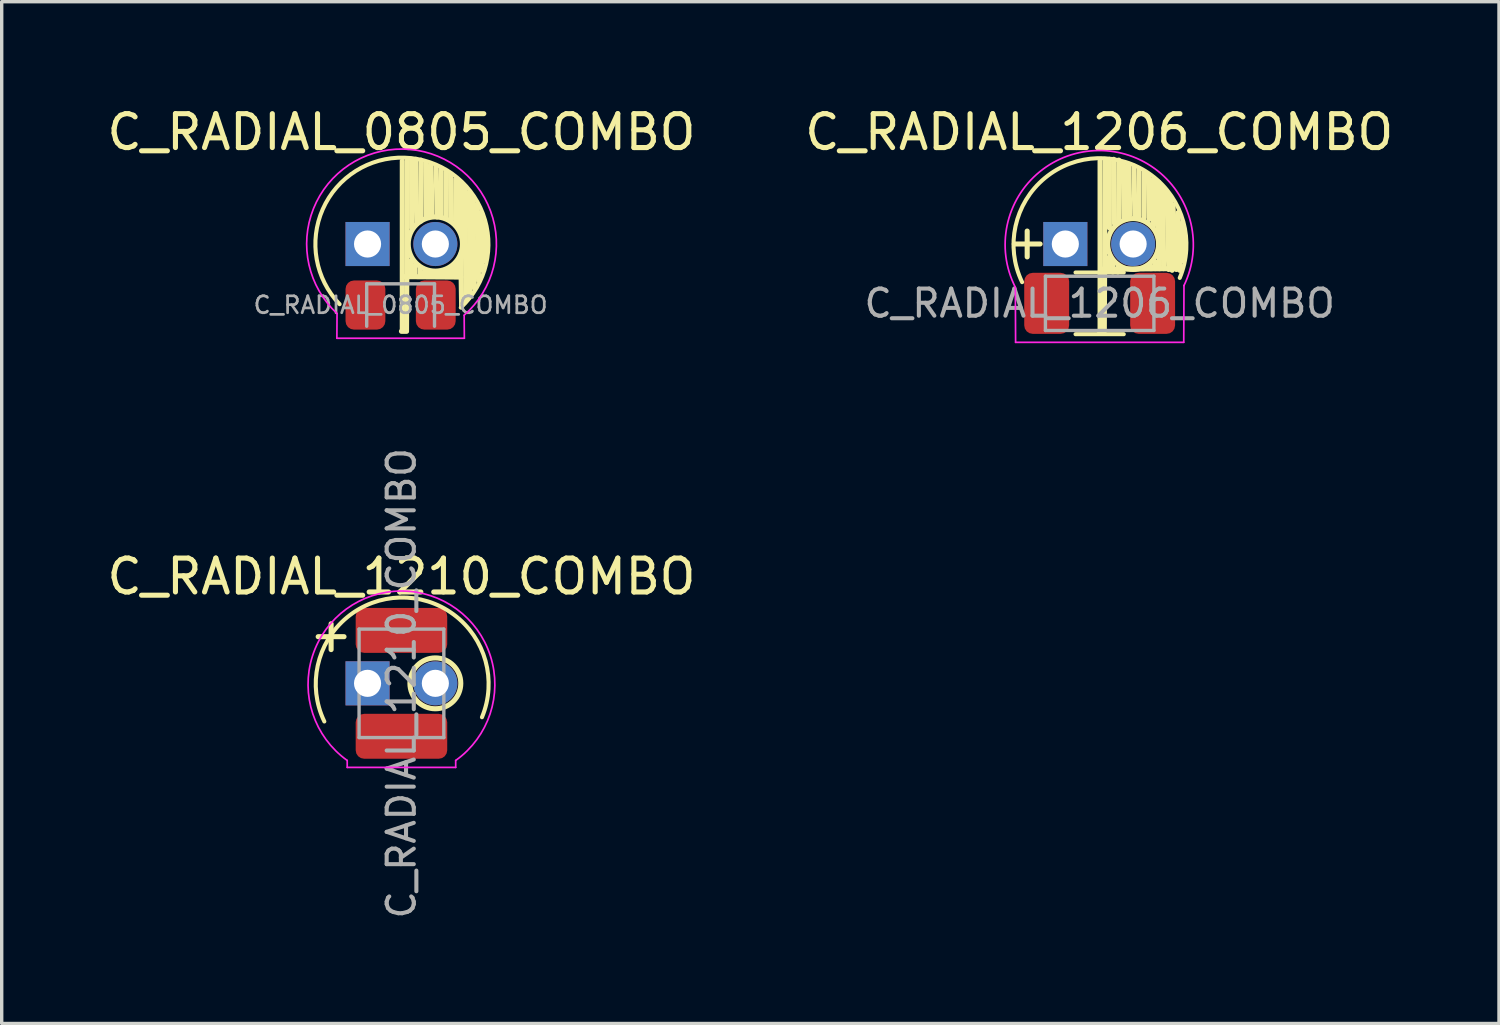
<source format=kicad_pcb>
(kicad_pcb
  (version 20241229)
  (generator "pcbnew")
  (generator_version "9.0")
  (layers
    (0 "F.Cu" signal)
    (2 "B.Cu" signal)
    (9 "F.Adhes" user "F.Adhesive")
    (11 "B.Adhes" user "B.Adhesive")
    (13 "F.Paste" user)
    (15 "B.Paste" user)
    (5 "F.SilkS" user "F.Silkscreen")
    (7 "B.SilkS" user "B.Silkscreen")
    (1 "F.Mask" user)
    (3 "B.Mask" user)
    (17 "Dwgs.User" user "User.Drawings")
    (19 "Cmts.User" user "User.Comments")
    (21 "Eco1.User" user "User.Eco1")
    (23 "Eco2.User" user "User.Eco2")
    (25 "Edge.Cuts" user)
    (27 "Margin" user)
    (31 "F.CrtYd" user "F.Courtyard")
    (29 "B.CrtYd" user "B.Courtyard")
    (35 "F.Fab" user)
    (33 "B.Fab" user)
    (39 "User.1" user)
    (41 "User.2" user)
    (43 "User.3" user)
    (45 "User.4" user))
  (footprint "C_RADIAL_1206_COMBO"
    (layer "F.Cu")
    (at 29.375 4.148)
    (property "Reference" "C_RADIAL_1206_COMBO" (at 0 -3.3 0) (layer "F.SilkS") (effects (font (size 1 1) (thickness 0.15))))
    (attr through_hole)
    (fp_line (start -0.699 0.84) (end 0.724 0.84) (stroke (width 0.12) (type solid)) (layer "F.SilkS"))
    (fp_line (start -0.699 2.66) (end 0.724 2.66) (stroke (width 0.12) (type solid)) (layer "F.SilkS"))
    (fp_line (start 0 2.575) (end 0.15 2.575) (stroke (width 0.15) (type solid)) (layer "F.SilkS"))
    (fp_line (start 0.025 -2.449) (end 0.025 2.549) (stroke (width 0.15) (type solid)) (layer "F.SilkS"))
    (fp_line (start 0.056 0.744) (end 2.425 0.725) (stroke (width 0.15) (type solid)) (layer "F.SilkS"))
    (fp_line (start 0.175 -2.474) (end 0.15 2.55) (stroke (width 0.15) (type solid)) (layer "F.SilkS"))
    (fp_line (start 0.275 0.775) (end 0.275 0.4) (stroke (width 0.15) (type solid)) (layer "F.SilkS"))
    (fp_line (start 0.3 -2.499) (end 0.3 -0.475) (stroke (width 0.15) (type solid)) (layer "F.SilkS"))
    (fp_line (start 0.4 0.55) (end 0.4 0.825) (stroke (width 0.15) (type solid)) (layer "F.SilkS"))
    (fp_line (start 0.425 -2.499) (end 0.45 -0.6) (stroke (width 0.15) (type solid)) (layer "F.SilkS"))
    (fp_line (start 0.55 0.7) (end 0.55 0.825) (stroke (width 0.15) (type solid)) (layer "F.SilkS"))
    (fp_line (start 0.575 -2.475) (end 0.575 -0.675) (stroke (width 0.15) (type solid)) (layer "F.SilkS"))
    (fp_line (start 0.713 -2.388) (end 0.725 -0.775) (stroke (width 0.15) (type solid)) (layer "F.SilkS"))
    (fp_line (start 0.812 -2.288) (end 0.8 -0.8) (stroke (width 0.15) (type solid)) (layer "F.SilkS"))
    (fp_line (start 0.875 -2.35) (end 0.9 -0.85) (stroke (width 0.15) (type solid)) (layer "F.SilkS"))
    (fp_line (start 1.025 -2.3) (end 1.05 -0.8) (stroke (width 0.15) (type solid)) (layer "F.SilkS"))
    (fp_line (start 1.175 -2.225) (end 1.175 -0.825) (stroke (width 0.15) (type solid)) (layer "F.SilkS"))
    (fp_line (start 1.325 -2.125) (end 1.325 -0.775) (stroke (width 0.15) (type solid)) (layer "F.SilkS"))
    (fp_line (start 1.45 -2.05) (end 1.475 -0.725) (stroke (width 0.15) (type solid)) (layer "F.SilkS"))
    (fp_line (start 1.525 0.65) (end 1.525 0.725) (stroke (width 0.15) (type solid)) (layer "F.SilkS"))
    (fp_line (start 1.6 -1.925) (end 1.6 -0.55) (stroke (width 0.15) (type solid)) (layer "F.SilkS"))
    (fp_line (start 1.65 0.525) (end 1.65 0.725) (stroke (width 0.15) (type solid)) (layer "F.SilkS"))
    (fp_line (start 1.725 -1.825) (end 1.725 -0.45) (stroke (width 0.15) (type solid)) (layer "F.SilkS"))
    (fp_line (start 1.75 -1.825) (end 1.775 -0.275) (stroke (width 0.15) (type solid)) (layer "F.SilkS"))
    (fp_line (start 1.75 -0.825) (end 1.775 0.725) (stroke (width 0.15) (type solid)) (layer "F.SilkS"))
    (fp_line (start 1.875 -1.675) (end 1.9 0.725) (stroke (width 0.15) (type solid)) (layer "F.SilkS"))
    (fp_line (start 2 -1.525) (end 2.05 0.75) (stroke (width 0.15) (type solid)) (layer "F.SilkS"))
    (fp_line (start 2.1 -1.35) (end 2.15 0.775) (stroke (width 0.15) (type solid)) (layer "F.SilkS"))
    (fp_line (start 2.175 -1.15) (end 2.275 0.75) (stroke (width 0.15) (type solid)) (layer "F.SilkS"))
    (fp_line (start 2.325 -0.925) (end 2.375 0.775) (stroke (width 0.15) (type solid)) (layer "F.SilkS"))
    (fp_line (start 2.45 -0.625) (end 2.475 0.5) (stroke (width 0.15) (type solid)) (layer "F.SilkS"))
    (fp_arc (start -2.275 1.125) (mid -0.046598 -2.530937) (end 2.375 1) (stroke (width 0.12) (type solid)) (layer "F.SilkS"))
    (fp_circle (center 1 0) (end 1 -0.75) (stroke (width 0.15) (type solid)) (fill no) (layer "F.SilkS"))
    (fp_line (start -2.467 2.9) (end -2.475 1.275) (stroke (width 0.05) (type solid)) (layer "F.CrtYd"))
    (fp_line (start 2.493 2.9) (end -2.467 2.9) (stroke (width 0.05) (type solid)) (layer "F.CrtYd"))
    (fp_line (start 2.5 1.225) (end 2.493 2.9) (stroke (width 0.05) (type solid)) (layer "F.CrtYd"))
    (fp_arc (start -2.475 1.275) (mid -0.027777 -2.757657) (end 2.5 1.225) (stroke (width 0.05) (type solid)) (layer "F.CrtYd"))
    (fp_line (start -1.587 0.95) (end 1.613 0.95) (stroke (width 0.1) (type solid)) (layer "F.Fab"))
    (fp_line (start -1.587 2.55) (end -1.587 0.95) (stroke (width 0.1) (type solid)) (layer "F.Fab"))
    (fp_line (start 1.613 0.95) (end 1.613 2.55) (stroke (width 0.1) (type solid)) (layer "F.Fab"))
    (fp_line (start 1.613 2.55) (end -1.587 2.55) (stroke (width 0.1) (type solid)) (layer "F.Fab"))
    (fp_text user "+" (at -2.125 -0.075 0) (unlocked yes) (layer "F.SilkS") (effects (font (size 1 1) (thickness 0.15))))
    (fp_text user "${REFERENCE}" (at 0.013 1.75 0) (layer "F.Fab") (effects (font (size 0.8 0.8) (thickness 0.12))))
    (pad "1" smd roundrect (at -1.55 1.75) (size 1.325 1.8) (layers "F.Cu" "F.Mask" "F.Paste") (roundrect_rratio 0.189))
    (pad "1" thru_hole rect (at -1 0) (size 1.3 1.3) (drill 0.8) (layers "*.Cu" "*.Mask"))
    (pad "2" thru_hole circle (at 1 0) (size 1.3 1.3) (drill 0.8) (layers "*.Cu" "*.Mask"))
    (pad "2" smd roundrect (at 1.575 1.75) (size 1.325 1.8) (layers "F.Cu" "F.Mask" "F.Paste") (roundrect_rratio 0.189)))
  (footprint "C_RADIAL_0805_COMBO"
    (layer "F.Cu")
    (at 8.792 4.148)
    (property "Reference" "C_RADIAL_0805_COMBO" (at 0 -3.3 0) (layer "F.SilkS") (effects (font (size 1 1) (thickness 0.15))))
    (attr through_hole)
    (fp_line (start 0 2.575) (end 0.15 2.575) (stroke (width 0.15) (type solid)) (layer "F.SilkS"))
    (fp_line (start 0.025 -2.449) (end 0.025 2.549) (stroke (width 0.15) (type solid)) (layer "F.SilkS"))
    (fp_line (start 0.062 0.963) (end 1.75 0.975) (stroke (width 0.15) (type solid)) (layer "F.SilkS"))
    (fp_line (start 0.175 -2.474) (end 0.15 2.55) (stroke (width 0.15) (type solid)) (layer "F.SilkS"))
    (fp_line (start 0.275 0.875) (end 0.275 0.5) (stroke (width 0.15) (type solid)) (layer "F.SilkS"))
    (fp_line (start 0.3 -2.499) (end 0.3 -0.475) (stroke (width 0.15) (type solid)) (layer "F.SilkS"))
    (fp_line (start 0.4 0.625) (end 0.4 0.9) (stroke (width 0.15) (type solid)) (layer "F.SilkS"))
    (fp_line (start 0.425 -2.499) (end 0.45 -0.6) (stroke (width 0.15) (type solid)) (layer "F.SilkS"))
    (fp_line (start 0.55 0.7) (end 0.55 0.925) (stroke (width 0.15) (type solid)) (layer "F.SilkS"))
    (fp_line (start 0.575 -2.475) (end 0.575 -0.675) (stroke (width 0.15) (type solid)) (layer "F.SilkS"))
    (fp_line (start 0.575 0.85) (end 0.95 0.85) (stroke (width 0.15) (type solid)) (layer "F.SilkS"))
    (fp_line (start 0.713 -2.388) (end 0.725 -0.775) (stroke (width 0.15) (type solid)) (layer "F.SilkS"))
    (fp_line (start 0.812 -2.288) (end 0.8 -0.8) (stroke (width 0.15) (type solid)) (layer "F.SilkS"))
    (fp_line (start 0.875 -2.35) (end 0.9 -0.85) (stroke (width 0.15) (type solid)) (layer "F.SilkS"))
    (fp_line (start 1 0.85) (end 1.375 0.85) (stroke (width 0.15) (type solid)) (layer "F.SilkS"))
    (fp_line (start 1.025 -2.3) (end 1.05 -0.8) (stroke (width 0.15) (type solid)) (layer "F.SilkS"))
    (fp_line (start 1.175 -2.225) (end 1.175 -0.825) (stroke (width 0.15) (type solid)) (layer "F.SilkS"))
    (fp_line (start 1.325 -2.125) (end 1.325 -0.775) (stroke (width 0.15) (type solid)) (layer "F.SilkS"))
    (fp_line (start 1.4 0.725) (end 1.4 0.925) (stroke (width 0.15) (type solid)) (layer "F.SilkS"))
    (fp_line (start 1.45 -2.05) (end 1.475 -0.725) (stroke (width 0.15) (type solid)) (layer "F.SilkS"))
    (fp_line (start 1.525 0.65) (end 1.525 0.925) (stroke (width 0.15) (type solid)) (layer "F.SilkS"))
    (fp_line (start 1.6 -1.925) (end 1.6 -0.55) (stroke (width 0.15) (type solid)) (layer "F.SilkS"))
    (fp_line (start 1.65 0.525) (end 1.65 0.9) (stroke (width 0.15) (type solid)) (layer "F.SilkS"))
    (fp_line (start 1.725 -1.825) (end 1.725 -0.45) (stroke (width 0.15) (type solid)) (layer "F.SilkS"))
    (fp_line (start 1.75 -1.825) (end 1.775 -0.275) (stroke (width 0.15) (type solid)) (layer "F.SilkS"))
    (fp_line (start 1.75 0.3) (end 1.775 1.85) (stroke (width 0.15) (type solid)) (layer "F.SilkS"))
    (fp_line (start 1.875 -1.675) (end 1.9 1.65) (stroke (width 0.15) (type solid)) (layer "F.SilkS"))
    (fp_line (start 2 -1.525) (end 2.025 1.45) (stroke (width 0.15) (type solid)) (layer "F.SilkS"))
    (fp_line (start 2.1 -1.35) (end 2.15 1.3) (stroke (width 0.15) (type solid)) (layer "F.SilkS"))
    (fp_line (start 2.225 -1.175) (end 2.275 1.075) (stroke (width 0.15) (type solid)) (layer "F.SilkS"))
    (fp_line (start 2.325 -0.925) (end 2.375 0.775) (stroke (width 0.15) (type solid)) (layer "F.SilkS"))
    (fp_line (start 2.45 -0.625) (end 2.475 0.5) (stroke (width 0.15) (type solid)) (layer "F.SilkS"))
    (fp_arc (start -1.825 1.775) (mid 0.084791 -2.54693) (end 1.75 1.875) (stroke (width 0.12) (type solid)) (layer "F.SilkS"))
    (fp_circle (center 1 0) (end 1 -0.8) (stroke (width 0.15) (type solid)) (fill no) (layer "F.SilkS"))
    (fp_line (start -1.905 2.78) (end -1.9 2.05) (stroke (width 0.05) (type solid)) (layer "F.CrtYd"))
    (fp_line (start 1.85 2.1) (end 1.855 2.78) (stroke (width 0.05) (type solid)) (layer "F.CrtYd"))
    (fp_line (start 1.855 2.78) (end -1.905 2.78) (stroke (width 0.05) (type solid)) (layer "F.CrtYd"))
    (fp_arc (start -1.9 2.05) (mid 0.040019 -2.801416) (end 1.85 2.1) (stroke (width 0.05) (type solid)) (layer "F.CrtYd"))
    (fp_line (start -1.025 1.175) (end 0.975 1.175) (stroke (width 0.1) (type solid)) (layer "F.Fab"))
    (fp_line (start -1.025 2.425) (end -1.025 1.175) (stroke (width 0.1) (type solid)) (layer "F.Fab"))
    (fp_line (start 0.975 1.175) (end 0.975 2.425) (stroke (width 0.1) (type solid)) (layer "F.Fab"))
    (fp_text user "${REFERENCE}" (at -0.025 1.8 0) (layer "F.Fab") (effects (font (size 0.5 0.5) (thickness 0.08))))
    (pad "1" smd roundrect (at -1.062 1.8) (size 1.175 1.45) (layers "F.Cu" "F.Mask" "F.Paste") (roundrect_rratio 0.213))
    (pad "1" thru_hole rect (at -1 0) (size 1.3 1.3) (drill 0.8) (layers "*.Cu" "*.Mask"))
    (pad "2" thru_hole circle (at 1 0) (size 1.3 1.3) (drill 0.8) (layers "*.Cu" "*.Mask"))
    (pad "2" smd roundrect (at 1.012 1.8) (size 1.175 1.45) (layers "F.Cu" "F.Mask" "F.Paste") (roundrect_rratio 0.213)))
  (footprint "C_RADIAL_1210_COMBO"
    (layer "F.Cu")
    (at 8.792 17.107)
    (property "Reference" "C_RADIAL_1210_COMBO" (at 0 -3.15 0) (layer "F.SilkS") (effects (font (size 1 1) (thickness 0.15))))
    (attr through_hole)
    (fp_arc (start -2.275 1.125) (mid -0.046598 -2.530937) (end 2.375 1) (stroke (width 0.12) (type solid)) (layer "F.SilkS"))
    (fp_circle (center 1 0) (end 1 -0.75) (stroke (width 0.15) (type solid)) (fill no) (layer "F.SilkS"))
    (fp_line (start -1.6 2.48) (end -1.6 2.275) (stroke (width 0.05) (type solid)) (layer "F.CrtYd"))
    (fp_line (start 1.6 2.275) (end 1.6 2.48) (stroke (width 0.05) (type solid)) (layer "F.CrtYd"))
    (fp_line (start 1.6 2.48) (end -1.6 2.48) (stroke (width 0.05) (type solid)) (layer "F.CrtYd"))
    (fp_arc (start -1.6 2.275) (mid 0 -2.723012) (end 1.6 2.275) (stroke (width 0.05) (type solid)) (layer "F.CrtYd"))
    (fp_line (start -1.25 -1.6) (end 1.25 -1.6) (stroke (width 0.1) (type solid)) (layer "F.Fab"))
    (fp_line (start -1.25 1.6) (end -1.25 -1.6) (stroke (width 0.1) (type solid)) (layer "F.Fab"))
    (fp_line (start 1.25 -1.6) (end 1.25 1.6) (stroke (width 0.1) (type solid)) (layer "F.Fab"))
    (fp_line (start 1.25 1.6) (end -1.25 1.6) (stroke (width 0.1) (type solid)) (layer "F.Fab"))
    (fp_text user "+" (at -2.075 -1.45 0) (unlocked yes) (layer "F.SilkS") (effects (font (size 1 1) (thickness 0.15))))
    (fp_text user "${REFERENCE}" (at 0 0 90) (layer "F.Fab") (effects (font (size 0.8 0.8) (thickness 0.12))))
    (pad "1" thru_hole rect (at -1 0) (size 1.3 1.3) (drill 0.8) (layers "*.Cu" "*.Mask"))
    (pad "1" smd roundrect (at 0 -1.562 270) (size 1.325 2.7) (layers "F.Cu" "F.Mask" "F.Paste") (roundrect_rratio 0.189))
    (pad "2" smd roundrect (at 0 1.562 270) (size 1.325 2.7) (layers "F.Cu" "F.Mask" "F.Paste") (roundrect_rratio 0.189))
    (pad "2" thru_hole circle (at 1 0) (size 1.3 1.3) (drill 0.8) (layers "*.Cu" "*.Mask")))
  (gr_rect
    (start -3 -3)
    (end 41.167 27.14)
    (stroke (width 0.1) (type default))
    (fill no)
    (layer "Edge.Cuts")))
</source>
